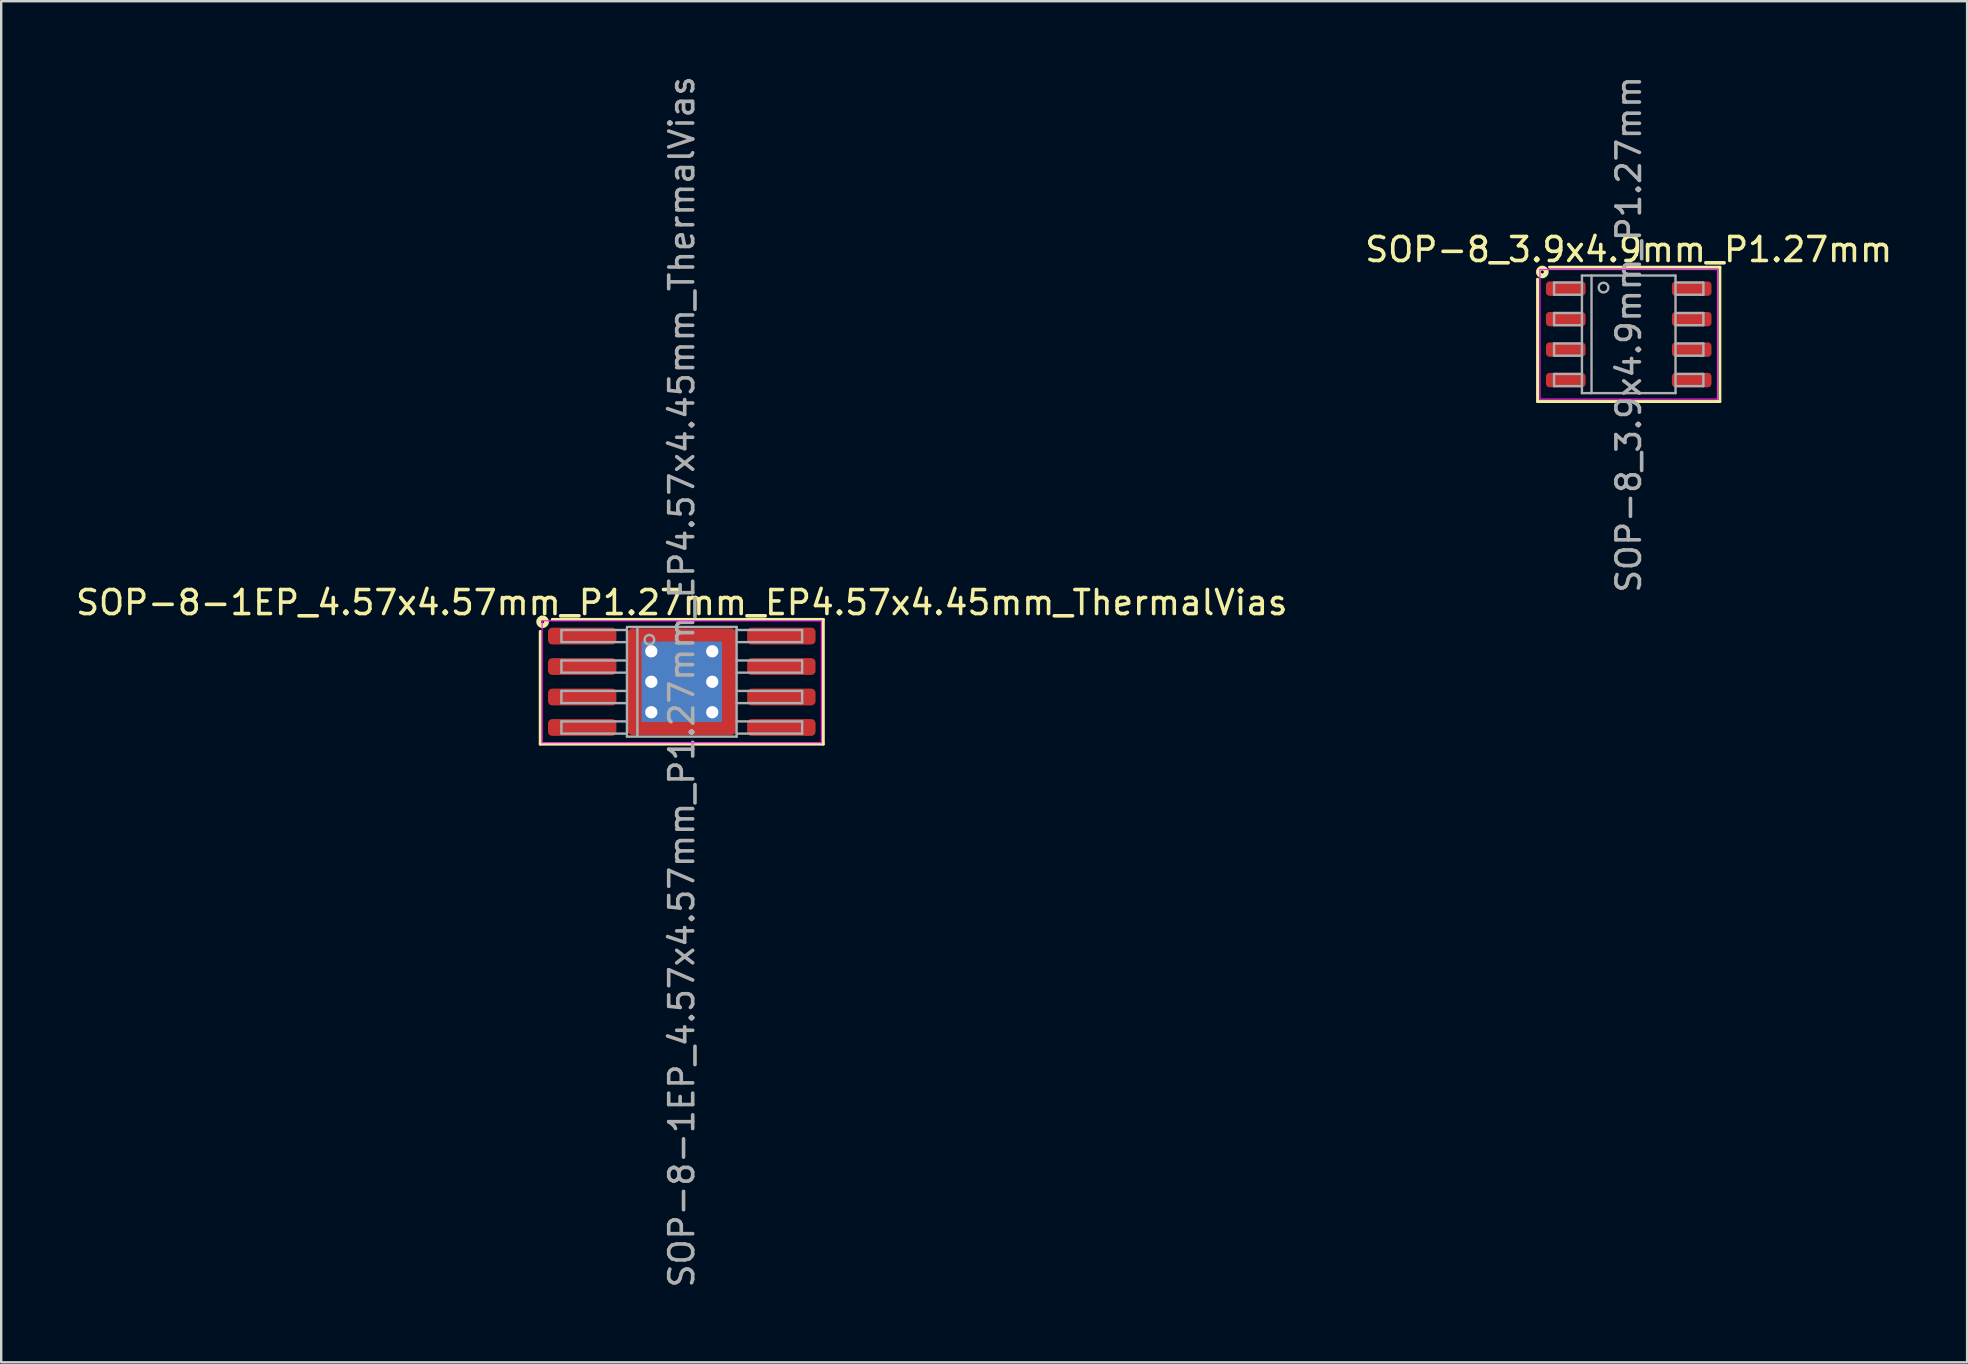
<source format=kicad_pcb>
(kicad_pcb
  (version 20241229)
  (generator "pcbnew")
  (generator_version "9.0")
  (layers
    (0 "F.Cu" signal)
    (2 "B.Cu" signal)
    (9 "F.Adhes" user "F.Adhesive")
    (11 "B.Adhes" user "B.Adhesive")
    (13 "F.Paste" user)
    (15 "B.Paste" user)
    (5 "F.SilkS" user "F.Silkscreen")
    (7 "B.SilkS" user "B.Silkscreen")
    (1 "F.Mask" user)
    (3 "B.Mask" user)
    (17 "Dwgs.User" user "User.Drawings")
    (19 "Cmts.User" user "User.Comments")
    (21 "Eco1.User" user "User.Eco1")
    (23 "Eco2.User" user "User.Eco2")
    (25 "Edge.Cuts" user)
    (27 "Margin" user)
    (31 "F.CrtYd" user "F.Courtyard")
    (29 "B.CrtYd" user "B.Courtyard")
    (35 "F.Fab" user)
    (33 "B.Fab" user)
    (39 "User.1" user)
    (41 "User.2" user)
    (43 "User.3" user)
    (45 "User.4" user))
  (footprint "SOP-8-1EP_4.57x4.57mm_P1.27mm_EP4.57x4.45mm_ThermalVias"
    (layer "F.Cu")
    (at 25.363 25.363)
    (property "Reference" "SOP-8-1EP_4.57x4.57mm_P1.27mm_EP4.57x4.45mm_ThermalVias" (at 0 -3.3 0) (layer "F.SilkS") (effects (font (size 1 1) (thickness 0.15))))
    (attr smd)
    (fp_line (start -5.9 -2.1) (end -5.9 2.6) (stroke (width 0.12) (type solid)) (layer "F.SilkS"))
    (fp_line (start -5.9 2.6) (end 5.9 2.6) (stroke (width 0.12) (type solid)) (layer "F.SilkS"))
    (fp_line (start 5.9 -2.6) (end -5.4 -2.6) (stroke (width 0.12) (type solid)) (layer "F.SilkS"))
    (fp_line (start 5.9 2.6) (end 5.9 -2.6) (stroke (width 0.12) (type solid)) (layer "F.SilkS"))
    (fp_circle (center -5.8 -2.5) (end -5.737 -2.5) (stroke (width 0.2) (type solid)) (fill no) (layer "F.SilkS"))
    (fp_line (start -5.82 -2.54) (end -5.82 2.54) (stroke (width 0.05) (type solid)) (layer "F.CrtYd"))
    (fp_line (start -5.82 2.54) (end 5.82 2.54) (stroke (width 0.05) (type solid)) (layer "F.CrtYd"))
    (fp_line (start 5.82 -2.54) (end -5.82 -2.54) (stroke (width 0.05) (type solid)) (layer "F.CrtYd"))
    (fp_line (start 5.82 2.54) (end 5.82 -2.54) (stroke (width 0.05) (type solid)) (layer "F.CrtYd"))
    (fp_line (start -5.016 -2.159) (end -5.016 -1.651) (stroke (width 0.1) (type solid)) (layer "F.Fab"))
    (fp_line (start -5.016 -2.159) (end -2.286 -2.159) (stroke (width 0.1) (type solid)) (layer "F.Fab"))
    (fp_line (start -5.016 -1.651) (end -2.286 -1.651) (stroke (width 0.1) (type solid)) (layer "F.Fab"))
    (fp_line (start -5.016 -0.889) (end -5.016 -0.381) (stroke (width 0.1) (type solid)) (layer "F.Fab"))
    (fp_line (start -5.016 -0.889) (end -2.286 -0.889) (stroke (width 0.1) (type solid)) (layer "F.Fab"))
    (fp_line (start -5.016 -0.381) (end -2.286 -0.381) (stroke (width 0.1) (type solid)) (layer "F.Fab"))
    (fp_line (start -5.016 0.381) (end -5.016 0.889) (stroke (width 0.1) (type solid)) (layer "F.Fab"))
    (fp_line (start -5.016 0.381) (end -2.286 0.381) (stroke (width 0.1) (type solid)) (layer "F.Fab"))
    (fp_line (start -5.016 0.889) (end -2.286 0.889) (stroke (width 0.1) (type solid)) (layer "F.Fab"))
    (fp_line (start -5.016 1.651) (end -5.016 2.159) (stroke (width 0.1) (type solid)) (layer "F.Fab"))
    (fp_line (start -5.016 1.651) (end -2.286 1.651) (stroke (width 0.1) (type solid)) (layer "F.Fab"))
    (fp_line (start -5.016 2.159) (end -2.286 2.159) (stroke (width 0.1) (type solid)) (layer "F.Fab"))
    (fp_line (start -2.285 2.285) (end -2.285 -2.28) (stroke (width 0.1) (type solid)) (layer "F.Fab"))
    (fp_line (start -2.27 -2.285) (end 2.285 -2.285) (stroke (width 0.1) (type solid)) (layer "F.Fab"))
    (fp_line (start -1.85 -2.25) (end -1.85 2.25) (stroke (width 0.1) (type solid)) (layer "F.Fab"))
    (fp_line (start 2.285 -2.285) (end 2.285 2.285) (stroke (width 0.1) (type solid)) (layer "F.Fab"))
    (fp_line (start 2.285 2.285) (end -2.285 2.285) (stroke (width 0.1) (type solid)) (layer "F.Fab"))
    (fp_line (start 5.016 -2.159) (end 2.286 -2.159) (stroke (width 0.1) (type solid)) (layer "F.Fab"))
    (fp_line (start 5.016 -1.651) (end 2.286 -1.651) (stroke (width 0.1) (type solid)) (layer "F.Fab"))
    (fp_line (start 5.016 -1.651) (end 5.016 -2.159) (stroke (width 0.1) (type solid)) (layer "F.Fab"))
    (fp_line (start 5.016 -0.889) (end 2.286 -0.889) (stroke (width 0.1) (type solid)) (layer "F.Fab"))
    (fp_line (start 5.016 -0.381) (end 2.286 -0.381) (stroke (width 0.1) (type solid)) (layer "F.Fab"))
    (fp_line (start 5.016 -0.381) (end 5.016 -0.889) (stroke (width 0.1) (type solid)) (layer "F.Fab"))
    (fp_line (start 5.016 0.381) (end 2.286 0.381) (stroke (width 0.1) (type solid)) (layer "F.Fab"))
    (fp_line (start 5.016 0.889) (end 2.286 0.889) (stroke (width 0.1) (type solid)) (layer "F.Fab"))
    (fp_line (start 5.016 0.889) (end 5.016 0.381) (stroke (width 0.1) (type solid)) (layer "F.Fab"))
    (fp_line (start 5.016 1.651) (end 2.286 1.651) (stroke (width 0.1) (type solid)) (layer "F.Fab"))
    (fp_line (start 5.016 2.159) (end 2.286 2.159) (stroke (width 0.1) (type solid)) (layer "F.Fab"))
    (fp_line (start 5.016 2.159) (end 5.016 1.651) (stroke (width 0.1) (type solid)) (layer "F.Fab"))
    (fp_circle (center -1.35 -1.75) (end -1.15 -1.75) (stroke (width 0.1) (type solid)) (fill no) (layer "F.Fab"))
    (fp_text user "${REFERENCE}" (at 0 0 90) (layer "F.Fab") (effects (font (size 1 1) (thickness 0.15))))
    (pad "" smd roundrect (at -1.14 -1.11) (size 1.91 1.86) (layers "F.Paste") (roundrect_rratio 0.134))
    (pad "" smd roundrect (at -1.14 1.11) (size 1.91 1.86) (layers "F.Paste") (roundrect_rratio 0.134))
    (pad "" smd roundrect (at 1.14 -1.11) (size 1.91 1.86) (layers "F.Paste") (roundrect_rratio 0.134))
    (pad "" smd roundrect (at 1.14 1.11) (size 1.91 1.86) (layers "F.Paste") (roundrect_rratio 0.134))
    (pad "1" smd roundrect (at -4.15 -1.905) (size 2.85 0.7) (layers "F.Cu" "F.Mask" "F.Paste") (roundrect_rratio 0.25))
    (pad "2" smd roundrect (at -4.15 -0.635) (size 2.85 0.7) (layers "F.Cu" "F.Mask" "F.Paste") (roundrect_rratio 0.25))
    (pad "3" smd roundrect (at -4.15 0.635) (size 2.85 0.7) (layers "F.Cu" "F.Mask" "F.Paste") (roundrect_rratio 0.25))
    (pad "4" smd roundrect (at -4.15 1.905) (size 2.85 0.7) (layers "F.Cu" "F.Mask" "F.Paste") (roundrect_rratio 0.25))
    (pad "5" smd roundrect (at 4.15 1.905) (size 2.85 0.7) (layers "F.Cu" "F.Mask" "F.Paste") (roundrect_rratio 0.25))
    (pad "6" smd roundrect (at 4.15 0.635) (size 2.85 0.7) (layers "F.Cu" "F.Mask" "F.Paste") (roundrect_rratio 0.25))
    (pad "7" smd roundrect (at 4.15 -0.635) (size 2.85 0.7) (layers "F.Cu" "F.Mask" "F.Paste") (roundrect_rratio 0.25))
    (pad "8" smd roundrect (at 4.15 -1.905) (size 2.85 0.7) (layers "F.Cu" "F.Mask" "F.Paste") (roundrect_rratio 0.25))
    (pad "9" thru_hole circle (at -1.27 -1.27) (size 0.81 0.81) (drill 0.51) (property pad_prop_heatsink) (layers "*.Cu"))
    (pad "9" thru_hole circle (at -1.27 0) (size 0.81 0.81) (drill 0.51) (property pad_prop_heatsink) (layers "*.Cu"))
    (pad "9" thru_hole circle (at -1.27 1.27) (size 0.81 0.81) (drill 0.51) (property pad_prop_heatsink) (layers "*.Cu"))
    (pad "9" smd rect (at 0 0) (size 3.35 3.35) (layers "B.Cu" "B.Mask"))
    (pad "9" smd roundrect (at 0 0) (size 4.57 4.45) (layers "F.Cu" "F.Mask") (roundrect_rratio 0.056))
    (pad "9" thru_hole circle (at 1.27 -1.27) (size 0.81 0.81) (drill 0.51) (property pad_prop_heatsink) (layers "*.Cu"))
    (pad "9" thru_hole circle (at 1.27 0) (size 0.81 0.81) (drill 0.51) (property pad_prop_heatsink) (layers "*.Cu"))
    (pad "9" thru_hole circle (at 1.27 1.27) (size 0.81 0.81) (drill 0.51) (property pad_prop_heatsink) (layers "*.Cu")))
  (footprint "SOP-8_3.9x4.9mm_P1.27mm"
    (layer "F.Cu")
    (at 64.827 10.884)
    (property "Reference" "SOP-8_3.9x4.9mm_P1.27mm" (at 0 -3.533 0) (layer "F.SilkS") (effects (font (size 1 1) (thickness 0.15))))
    (attr smd)
    (fp_line (start -3.8 -2.3) (end -3.8 2.8) (stroke (width 0.12) (type solid)) (layer "F.SilkS"))
    (fp_line (start -3.8 2.8) (end 3.8 2.8) (stroke (width 0.12) (type solid)) (layer "F.SilkS"))
    (fp_line (start 3.8 -2.8) (end -3.3 -2.8) (stroke (width 0.12) (type solid)) (layer "F.SilkS"))
    (fp_line (start 3.8 2.8) (end 3.8 -2.8) (stroke (width 0.12) (type solid)) (layer "F.SilkS"))
    (fp_circle (center -3.6 -2.6) (end -3.537 -2.6) (stroke (width 0.2) (type solid)) (fill no) (layer "F.SilkS"))
    (fp_line (start -3.7 -2.7) (end -3.7 2.7) (stroke (width 0.05) (type solid)) (layer "F.CrtYd"))
    (fp_line (start -3.7 2.7) (end 3.7 2.7) (stroke (width 0.05) (type solid)) (layer "F.CrtYd"))
    (fp_line (start 3.7 -2.7) (end -3.7 -2.7) (stroke (width 0.05) (type solid)) (layer "F.CrtYd"))
    (fp_line (start 3.7 2.7) (end 3.7 -2.7) (stroke (width 0.05) (type solid)) (layer "F.CrtYd"))
    (fp_line (start -3.111 -2.159) (end -3.111 -1.651) (stroke (width 0.1) (type solid)) (layer "F.Fab"))
    (fp_line (start -3.111 -2.159) (end -1.968 -2.159) (stroke (width 0.1) (type solid)) (layer "F.Fab"))
    (fp_line (start -3.111 -1.651) (end -1.968 -1.651) (stroke (width 0.1) (type solid)) (layer "F.Fab"))
    (fp_line (start -3.111 -0.889) (end -3.111 -0.381) (stroke (width 0.1) (type solid)) (layer "F.Fab"))
    (fp_line (start -3.111 -0.889) (end -1.968 -0.889) (stroke (width 0.1) (type solid)) (layer "F.Fab"))
    (fp_line (start -3.111 -0.381) (end -1.968 -0.381) (stroke (width 0.1) (type solid)) (layer "F.Fab"))
    (fp_line (start -3.111 0.381) (end -3.111 0.889) (stroke (width 0.1) (type solid)) (layer "F.Fab"))
    (fp_line (start -3.111 0.381) (end -1.968 0.381) (stroke (width 0.1) (type solid)) (layer "F.Fab"))
    (fp_line (start -3.111 0.889) (end -1.968 0.889) (stroke (width 0.1) (type solid)) (layer "F.Fab"))
    (fp_line (start -3.111 1.651) (end -3.111 2.159) (stroke (width 0.1) (type solid)) (layer "F.Fab"))
    (fp_line (start -3.111 1.651) (end -1.968 1.651) (stroke (width 0.1) (type solid)) (layer "F.Fab"))
    (fp_line (start -3.111 2.159) (end -1.968 2.159) (stroke (width 0.1) (type solid)) (layer "F.Fab"))
    (fp_line (start -1.95 -2.45) (end 1.95 -2.45) (stroke (width 0.1) (type solid)) (layer "F.Fab"))
    (fp_line (start -1.95 2.45) (end -1.95 -2.45) (stroke (width 0.1) (type solid)) (layer "F.Fab"))
    (fp_line (start -1.55 -2.45) (end -1.55 2.45) (stroke (width 0.1) (type solid)) (layer "F.Fab"))
    (fp_line (start 1.95 -2.45) (end 1.95 2.45) (stroke (width 0.1) (type solid)) (layer "F.Fab"))
    (fp_line (start 1.95 2.45) (end -1.95 2.45) (stroke (width 0.1) (type solid)) (layer "F.Fab"))
    (fp_line (start 3.111 -2.159) (end 1.968 -2.159) (stroke (width 0.1) (type solid)) (layer "F.Fab"))
    (fp_line (start 3.111 -1.651) (end 1.968 -1.651) (stroke (width 0.1) (type solid)) (layer "F.Fab"))
    (fp_line (start 3.111 -1.651) (end 3.111 -2.159) (stroke (width 0.1) (type solid)) (layer "F.Fab"))
    (fp_line (start 3.111 -0.889) (end 1.968 -0.889) (stroke (width 0.1) (type solid)) (layer "F.Fab"))
    (fp_line (start 3.111 -0.381) (end 1.968 -0.381) (stroke (width 0.1) (type solid)) (layer "F.Fab"))
    (fp_line (start 3.111 -0.381) (end 3.111 -0.889) (stroke (width 0.1) (type solid)) (layer "F.Fab"))
    (fp_line (start 3.111 0.381) (end 1.968 0.381) (stroke (width 0.1) (type solid)) (layer "F.Fab"))
    (fp_line (start 3.111 0.889) (end 1.968 0.889) (stroke (width 0.1) (type solid)) (layer "F.Fab"))
    (fp_line (start 3.111 0.889) (end 3.111 0.381) (stroke (width 0.1) (type solid)) (layer "F.Fab"))
    (fp_line (start 3.111 1.651) (end 1.968 1.651) (stroke (width 0.1) (type solid)) (layer "F.Fab"))
    (fp_line (start 3.111 2.159) (end 1.968 2.159) (stroke (width 0.1) (type solid)) (layer "F.Fab"))
    (fp_line (start 3.111 2.159) (end 3.111 1.651) (stroke (width 0.1) (type solid)) (layer "F.Fab"))
    (fp_circle (center -1.05 -1.95) (end -0.85 -1.95) (stroke (width 0.1) (type solid)) (fill no) (layer "F.Fab"))
    (fp_text user "${REFERENCE}" (at 0 0 90) (layer "F.Fab") (effects (font (size 0.98 0.98) (thickness 0.15))))
    (pad "1" smd roundrect (at -2.625 -1.905) (size 1.65 0.6) (layers "F.Cu" "F.Mask" "F.Paste") (roundrect_rratio 0.25))
    (pad "2" smd roundrect (at -2.625 -0.635) (size 1.65 0.6) (layers "F.Cu" "F.Mask" "F.Paste") (roundrect_rratio 0.25))
    (pad "3" smd roundrect (at -2.625 0.635) (size 1.65 0.6) (layers "F.Cu" "F.Mask" "F.Paste") (roundrect_rratio 0.25))
    (pad "4" smd roundrect (at -2.625 1.905) (size 1.65 0.6) (layers "F.Cu" "F.Mask" "F.Paste") (roundrect_rratio 0.25))
    (pad "5" smd roundrect (at 2.625 1.905) (size 1.65 0.6) (layers "F.Cu" "F.Mask" "F.Paste") (roundrect_rratio 0.25))
    (pad "6" smd roundrect (at 2.625 0.635) (size 1.65 0.6) (layers "F.Cu" "F.Mask" "F.Paste") (roundrect_rratio 0.25))
    (pad "7" smd roundrect (at 2.625 -0.635) (size 1.65 0.6) (layers "F.Cu" "F.Mask" "F.Paste") (roundrect_rratio 0.25))
    (pad "8" smd roundrect (at 2.625 -1.905) (size 1.65 0.6) (layers "F.Cu" "F.Mask" "F.Paste") (roundrect_rratio 0.25)))
  (gr_rect
    (start -3 -3)
    (end 78.929 53.726)
    (stroke (width 0.1) (type default))
    (fill no)
    (layer "Edge.Cuts")))
</source>
